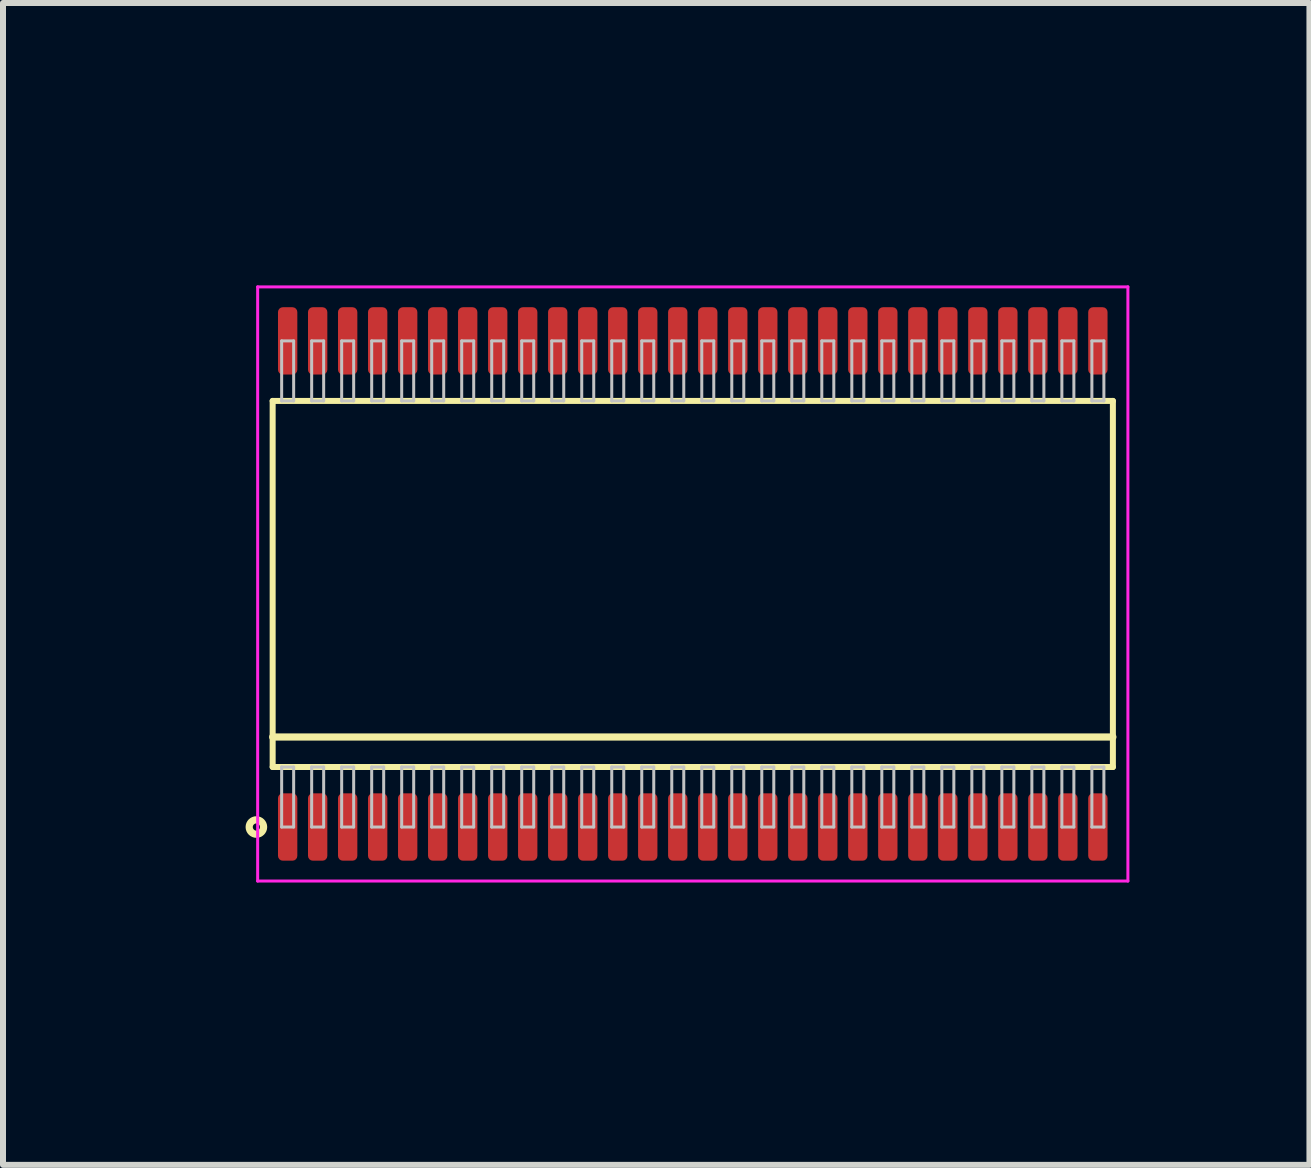
<source format=kicad_pcb>
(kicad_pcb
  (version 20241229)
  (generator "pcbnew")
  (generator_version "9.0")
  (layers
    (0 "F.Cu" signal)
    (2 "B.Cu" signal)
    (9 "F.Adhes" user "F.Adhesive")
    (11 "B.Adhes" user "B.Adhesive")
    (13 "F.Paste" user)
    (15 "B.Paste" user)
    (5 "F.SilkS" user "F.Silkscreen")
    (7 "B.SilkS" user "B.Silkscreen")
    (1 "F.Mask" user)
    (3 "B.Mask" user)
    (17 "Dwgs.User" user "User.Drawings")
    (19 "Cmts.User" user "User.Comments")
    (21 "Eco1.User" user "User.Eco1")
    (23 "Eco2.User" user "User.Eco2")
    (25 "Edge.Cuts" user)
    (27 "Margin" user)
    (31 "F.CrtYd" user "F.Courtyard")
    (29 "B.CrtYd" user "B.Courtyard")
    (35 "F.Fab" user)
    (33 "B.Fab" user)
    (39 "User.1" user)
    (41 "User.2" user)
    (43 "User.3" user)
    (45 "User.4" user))
  (footprint "SOP50P1400x810-56"
    (layer "F.Cu")
    (at 8.493 6.68)
    (property "Reference" "SOP50P1400x810-56" (at -7.85 0 90) (layer "User.1") (effects (font (size 0.8 0.8) (thickness 0.1))))
    (attr through_hole)
    (fp_line (start -7 -3.05) (end -7 3.05) (stroke (width 0.1) (type solid)) (layer "F.SilkS"))
    (fp_line (start -7 2.55) (end 7 2.55) (stroke (width 0.12) (type solid)) (layer "F.SilkS"))
    (fp_line (start -7 3.05) (end 7 3.05) (stroke (width 0.1) (type solid)) (layer "F.SilkS"))
    (fp_line (start 7 -3.05) (end -7 -3.05) (stroke (width 0.1) (type solid)) (layer "F.SilkS"))
    (fp_line (start 7 3.05) (end 7 -3.05) (stroke (width 0.1) (type solid)) (layer "F.SilkS"))
    (fp_circle (center -7.271 4.05) (end -7.151 4.05) (stroke (width 0.12) (type solid)) (fill no) (layer "F.SilkS"))
    (fp_line (start -6.85 -4.05) (end -6.85 -3.05) (stroke (width 0.05) (type solid)) (layer "Dwgs.User"))
    (fp_line (start -6.85 -3.05) (end -6.65 -3.05) (stroke (width 0.05) (type solid)) (layer "Dwgs.User"))
    (fp_line (start -6.85 3.05) (end -6.65 3.05) (stroke (width 0.05) (type solid)) (layer "Dwgs.User"))
    (fp_line (start -6.85 4.05) (end -6.85 3.05) (stroke (width 0.05) (type solid)) (layer "Dwgs.User"))
    (fp_line (start -6.65 -4.05) (end -6.85 -4.05) (stroke (width 0.05) (type solid)) (layer "Dwgs.User"))
    (fp_line (start -6.65 -3.05) (end -6.65 -4.05) (stroke (width 0.05) (type solid)) (layer "Dwgs.User"))
    (fp_line (start -6.65 3.05) (end -6.65 4.05) (stroke (width 0.05) (type solid)) (layer "Dwgs.User"))
    (fp_line (start -6.65 4.05) (end -6.85 4.05) (stroke (width 0.05) (type solid)) (layer "Dwgs.User"))
    (fp_line (start -6.35 -4.05) (end -6.35 -3.05) (stroke (width 0.05) (type solid)) (layer "Dwgs.User"))
    (fp_line (start -6.35 -3.05) (end -6.15 -3.05) (stroke (width 0.05) (type solid)) (layer "Dwgs.User"))
    (fp_line (start -6.35 3.05) (end -6.15 3.05) (stroke (width 0.05) (type solid)) (layer "Dwgs.User"))
    (fp_line (start -6.35 4.05) (end -6.35 3.05) (stroke (width 0.05) (type solid)) (layer "Dwgs.User"))
    (fp_line (start -6.15 -4.05) (end -6.35 -4.05) (stroke (width 0.05) (type solid)) (layer "Dwgs.User"))
    (fp_line (start -6.15 -3.05) (end -6.15 -4.05) (stroke (width 0.05) (type solid)) (layer "Dwgs.User"))
    (fp_line (start -6.15 3.05) (end -6.15 4.05) (stroke (width 0.05) (type solid)) (layer "Dwgs.User"))
    (fp_line (start -6.15 4.05) (end -6.35 4.05) (stroke (width 0.05) (type solid)) (layer "Dwgs.User"))
    (fp_line (start -5.85 -4.05) (end -5.85 -3.05) (stroke (width 0.05) (type solid)) (layer "Dwgs.User"))
    (fp_line (start -5.85 -3.05) (end -5.65 -3.05) (stroke (width 0.05) (type solid)) (layer "Dwgs.User"))
    (fp_line (start -5.85 3.05) (end -5.65 3.05) (stroke (width 0.05) (type solid)) (layer "Dwgs.User"))
    (fp_line (start -5.85 4.05) (end -5.85 3.05) (stroke (width 0.05) (type solid)) (layer "Dwgs.User"))
    (fp_line (start -5.65 -4.05) (end -5.85 -4.05) (stroke (width 0.05) (type solid)) (layer "Dwgs.User"))
    (fp_line (start -5.65 -3.05) (end -5.65 -4.05) (stroke (width 0.05) (type solid)) (layer "Dwgs.User"))
    (fp_line (start -5.65 3.05) (end -5.65 4.05) (stroke (width 0.05) (type solid)) (layer "Dwgs.User"))
    (fp_line (start -5.65 4.05) (end -5.85 4.05) (stroke (width 0.05) (type solid)) (layer "Dwgs.User"))
    (fp_line (start -5.35 -4.05) (end -5.35 -3.05) (stroke (width 0.05) (type solid)) (layer "Dwgs.User"))
    (fp_line (start -5.35 -3.05) (end -5.15 -3.05) (stroke (width 0.05) (type solid)) (layer "Dwgs.User"))
    (fp_line (start -5.35 3.05) (end -5.15 3.05) (stroke (width 0.05) (type solid)) (layer "Dwgs.User"))
    (fp_line (start -5.35 4.05) (end -5.35 3.05) (stroke (width 0.05) (type solid)) (layer "Dwgs.User"))
    (fp_line (start -5.15 -4.05) (end -5.35 -4.05) (stroke (width 0.05) (type solid)) (layer "Dwgs.User"))
    (fp_line (start -5.15 -3.05) (end -5.15 -4.05) (stroke (width 0.05) (type solid)) (layer "Dwgs.User"))
    (fp_line (start -5.15 3.05) (end -5.15 4.05) (stroke (width 0.05) (type solid)) (layer "Dwgs.User"))
    (fp_line (start -5.15 4.05) (end -5.35 4.05) (stroke (width 0.05) (type solid)) (layer "Dwgs.User"))
    (fp_line (start -4.85 -4.05) (end -4.85 -3.05) (stroke (width 0.05) (type solid)) (layer "Dwgs.User"))
    (fp_line (start -4.85 -3.05) (end -4.65 -3.05) (stroke (width 0.05) (type solid)) (layer "Dwgs.User"))
    (fp_line (start -4.85 3.05) (end -4.65 3.05) (stroke (width 0.05) (type solid)) (layer "Dwgs.User"))
    (fp_line (start -4.85 4.05) (end -4.85 3.05) (stroke (width 0.05) (type solid)) (layer "Dwgs.User"))
    (fp_line (start -4.65 -4.05) (end -4.85 -4.05) (stroke (width 0.05) (type solid)) (layer "Dwgs.User"))
    (fp_line (start -4.65 -3.05) (end -4.65 -4.05) (stroke (width 0.05) (type solid)) (layer "Dwgs.User"))
    (fp_line (start -4.65 3.05) (end -4.65 4.05) (stroke (width 0.05) (type solid)) (layer "Dwgs.User"))
    (fp_line (start -4.65 4.05) (end -4.85 4.05) (stroke (width 0.05) (type solid)) (layer "Dwgs.User"))
    (fp_line (start -4.35 -4.05) (end -4.35 -3.05) (stroke (width 0.05) (type solid)) (layer "Dwgs.User"))
    (fp_line (start -4.35 -3.05) (end -4.15 -3.05) (stroke (width 0.05) (type solid)) (layer "Dwgs.User"))
    (fp_line (start -4.35 3.05) (end -4.15 3.05) (stroke (width 0.05) (type solid)) (layer "Dwgs.User"))
    (fp_line (start -4.35 4.05) (end -4.35 3.05) (stroke (width 0.05) (type solid)) (layer "Dwgs.User"))
    (fp_line (start -4.15 -4.05) (end -4.35 -4.05) (stroke (width 0.05) (type solid)) (layer "Dwgs.User"))
    (fp_line (start -4.15 -3.05) (end -4.15 -4.05) (stroke (width 0.05) (type solid)) (layer "Dwgs.User"))
    (fp_line (start -4.15 3.05) (end -4.15 4.05) (stroke (width 0.05) (type solid)) (layer "Dwgs.User"))
    (fp_line (start -4.15 4.05) (end -4.35 4.05) (stroke (width 0.05) (type solid)) (layer "Dwgs.User"))
    (fp_line (start -3.85 -4.05) (end -3.85 -3.05) (stroke (width 0.05) (type solid)) (layer "Dwgs.User"))
    (fp_line (start -3.85 -3.05) (end -3.65 -3.05) (stroke (width 0.05) (type solid)) (layer "Dwgs.User"))
    (fp_line (start -3.85 3.05) (end -3.65 3.05) (stroke (width 0.05) (type solid)) (layer "Dwgs.User"))
    (fp_line (start -3.85 4.05) (end -3.85 3.05) (stroke (width 0.05) (type solid)) (layer "Dwgs.User"))
    (fp_line (start -3.65 -4.05) (end -3.85 -4.05) (stroke (width 0.05) (type solid)) (layer "Dwgs.User"))
    (fp_line (start -3.65 -3.05) (end -3.65 -4.05) (stroke (width 0.05) (type solid)) (layer "Dwgs.User"))
    (fp_line (start -3.65 3.05) (end -3.65 4.05) (stroke (width 0.05) (type solid)) (layer "Dwgs.User"))
    (fp_line (start -3.65 4.05) (end -3.85 4.05) (stroke (width 0.05) (type solid)) (layer "Dwgs.User"))
    (fp_line (start -3.35 -4.05) (end -3.35 -3.05) (stroke (width 0.05) (type solid)) (layer "Dwgs.User"))
    (fp_line (start -3.35 -3.05) (end -3.15 -3.05) (stroke (width 0.05) (type solid)) (layer "Dwgs.User"))
    (fp_line (start -3.35 3.05) (end -3.15 3.05) (stroke (width 0.05) (type solid)) (layer "Dwgs.User"))
    (fp_line (start -3.35 4.05) (end -3.35 3.05) (stroke (width 0.05) (type solid)) (layer "Dwgs.User"))
    (fp_line (start -3.15 -4.05) (end -3.35 -4.05) (stroke (width 0.05) (type solid)) (layer "Dwgs.User"))
    (fp_line (start -3.15 -3.05) (end -3.15 -4.05) (stroke (width 0.05) (type solid)) (layer "Dwgs.User"))
    (fp_line (start -3.15 3.05) (end -3.15 4.05) (stroke (width 0.05) (type solid)) (layer "Dwgs.User"))
    (fp_line (start -3.15 4.05) (end -3.35 4.05) (stroke (width 0.05) (type solid)) (layer "Dwgs.User"))
    (fp_line (start -2.85 -4.05) (end -2.85 -3.05) (stroke (width 0.05) (type solid)) (layer "Dwgs.User"))
    (fp_line (start -2.85 -3.05) (end -2.65 -3.05) (stroke (width 0.05) (type solid)) (layer "Dwgs.User"))
    (fp_line (start -2.85 3.05) (end -2.65 3.05) (stroke (width 0.05) (type solid)) (layer "Dwgs.User"))
    (fp_line (start -2.85 4.05) (end -2.85 3.05) (stroke (width 0.05) (type solid)) (layer "Dwgs.User"))
    (fp_line (start -2.65 -4.05) (end -2.85 -4.05) (stroke (width 0.05) (type solid)) (layer "Dwgs.User"))
    (fp_line (start -2.65 -3.05) (end -2.65 -4.05) (stroke (width 0.05) (type solid)) (layer "Dwgs.User"))
    (fp_line (start -2.65 3.05) (end -2.65 4.05) (stroke (width 0.05) (type solid)) (layer "Dwgs.User"))
    (fp_line (start -2.65 4.05) (end -2.85 4.05) (stroke (width 0.05) (type solid)) (layer "Dwgs.User"))
    (fp_line (start -2.35 -4.05) (end -2.35 -3.05) (stroke (width 0.05) (type solid)) (layer "Dwgs.User"))
    (fp_line (start -2.35 -3.05) (end -2.15 -3.05) (stroke (width 0.05) (type solid)) (layer "Dwgs.User"))
    (fp_line (start -2.35 3.05) (end -2.15 3.05) (stroke (width 0.05) (type solid)) (layer "Dwgs.User"))
    (fp_line (start -2.35 4.05) (end -2.35 3.05) (stroke (width 0.05) (type solid)) (layer "Dwgs.User"))
    (fp_line (start -2.15 -4.05) (end -2.35 -4.05) (stroke (width 0.05) (type solid)) (layer "Dwgs.User"))
    (fp_line (start -2.15 -3.05) (end -2.15 -4.05) (stroke (width 0.05) (type solid)) (layer "Dwgs.User"))
    (fp_line (start -2.15 3.05) (end -2.15 4.05) (stroke (width 0.05) (type solid)) (layer "Dwgs.User"))
    (fp_line (start -2.15 4.05) (end -2.35 4.05) (stroke (width 0.05) (type solid)) (layer "Dwgs.User"))
    (fp_line (start -1.85 -4.05) (end -1.85 -3.05) (stroke (width 0.05) (type solid)) (layer "Dwgs.User"))
    (fp_line (start -1.85 -3.05) (end -1.65 -3.05) (stroke (width 0.05) (type solid)) (layer "Dwgs.User"))
    (fp_line (start -1.85 3.05) (end -1.65 3.05) (stroke (width 0.05) (type solid)) (layer "Dwgs.User"))
    (fp_line (start -1.85 4.05) (end -1.85 3.05) (stroke (width 0.05) (type solid)) (layer "Dwgs.User"))
    (fp_line (start -1.65 -4.05) (end -1.85 -4.05) (stroke (width 0.05) (type solid)) (layer "Dwgs.User"))
    (fp_line (start -1.65 -3.05) (end -1.65 -4.05) (stroke (width 0.05) (type solid)) (layer "Dwgs.User"))
    (fp_line (start -1.65 3.05) (end -1.65 4.05) (stroke (width 0.05) (type solid)) (layer "Dwgs.User"))
    (fp_line (start -1.65 4.05) (end -1.85 4.05) (stroke (width 0.05) (type solid)) (layer "Dwgs.User"))
    (fp_line (start -1.35 -4.05) (end -1.35 -3.05) (stroke (width 0.05) (type solid)) (layer "Dwgs.User"))
    (fp_line (start -1.35 -3.05) (end -1.15 -3.05) (stroke (width 0.05) (type solid)) (layer "Dwgs.User"))
    (fp_line (start -1.35 3.05) (end -1.15 3.05) (stroke (width 0.05) (type solid)) (layer "Dwgs.User"))
    (fp_line (start -1.35 4.05) (end -1.35 3.05) (stroke (width 0.05) (type solid)) (layer "Dwgs.User"))
    (fp_line (start -1.15 -4.05) (end -1.35 -4.05) (stroke (width 0.05) (type solid)) (layer "Dwgs.User"))
    (fp_line (start -1.15 -3.05) (end -1.15 -4.05) (stroke (width 0.05) (type solid)) (layer "Dwgs.User"))
    (fp_line (start -1.15 3.05) (end -1.15 4.05) (stroke (width 0.05) (type solid)) (layer "Dwgs.User"))
    (fp_line (start -1.15 4.05) (end -1.35 4.05) (stroke (width 0.05) (type solid)) (layer "Dwgs.User"))
    (fp_line (start -0.85 -4.05) (end -0.85 -3.05) (stroke (width 0.05) (type solid)) (layer "Dwgs.User"))
    (fp_line (start -0.85 -3.05) (end -0.65 -3.05) (stroke (width 0.05) (type solid)) (layer "Dwgs.User"))
    (fp_line (start -0.85 3.05) (end -0.65 3.05) (stroke (width 0.05) (type solid)) (layer "Dwgs.User"))
    (fp_line (start -0.85 4.05) (end -0.85 3.05) (stroke (width 0.05) (type solid)) (layer "Dwgs.User"))
    (fp_line (start -0.65 -4.05) (end -0.85 -4.05) (stroke (width 0.05) (type solid)) (layer "Dwgs.User"))
    (fp_line (start -0.65 -3.05) (end -0.65 -4.05) (stroke (width 0.05) (type solid)) (layer "Dwgs.User"))
    (fp_line (start -0.65 3.05) (end -0.65 4.05) (stroke (width 0.05) (type solid)) (layer "Dwgs.User"))
    (fp_line (start -0.65 4.05) (end -0.85 4.05) (stroke (width 0.05) (type solid)) (layer "Dwgs.User"))
    (fp_line (start -0.35 -4.05) (end -0.35 -3.05) (stroke (width 0.05) (type solid)) (layer "Dwgs.User"))
    (fp_line (start -0.35 -3.05) (end -0.15 -3.05) (stroke (width 0.05) (type solid)) (layer "Dwgs.User"))
    (fp_line (start -0.35 3.05) (end -0.15 3.05) (stroke (width 0.05) (type solid)) (layer "Dwgs.User"))
    (fp_line (start -0.35 4.05) (end -0.35 3.05) (stroke (width 0.05) (type solid)) (layer "Dwgs.User"))
    (fp_line (start -0.15 -4.05) (end -0.35 -4.05) (stroke (width 0.05) (type solid)) (layer "Dwgs.User"))
    (fp_line (start -0.15 -3.05) (end -0.15 -4.05) (stroke (width 0.05) (type solid)) (layer "Dwgs.User"))
    (fp_line (start -0.15 3.05) (end -0.15 4.05) (stroke (width 0.05) (type solid)) (layer "Dwgs.User"))
    (fp_line (start -0.15 4.05) (end -0.35 4.05) (stroke (width 0.05) (type solid)) (layer "Dwgs.User"))
    (fp_line (start 0.15 -4.05) (end 0.15 -3.05) (stroke (width 0.05) (type solid)) (layer "Dwgs.User"))
    (fp_line (start 0.15 -3.05) (end 0.35 -3.05) (stroke (width 0.05) (type solid)) (layer "Dwgs.User"))
    (fp_line (start 0.15 3.05) (end 0.35 3.05) (stroke (width 0.05) (type solid)) (layer "Dwgs.User"))
    (fp_line (start 0.15 4.05) (end 0.15 3.05) (stroke (width 0.05) (type solid)) (layer "Dwgs.User"))
    (fp_line (start 0.35 -4.05) (end 0.15 -4.05) (stroke (width 0.05) (type solid)) (layer "Dwgs.User"))
    (fp_line (start 0.35 -3.05) (end 0.35 -4.05) (stroke (width 0.05) (type solid)) (layer "Dwgs.User"))
    (fp_line (start 0.35 3.05) (end 0.35 4.05) (stroke (width 0.05) (type solid)) (layer "Dwgs.User"))
    (fp_line (start 0.35 4.05) (end 0.15 4.05) (stroke (width 0.05) (type solid)) (layer "Dwgs.User"))
    (fp_line (start 0.65 -4.05) (end 0.65 -3.05) (stroke (width 0.05) (type solid)) (layer "Dwgs.User"))
    (fp_line (start 0.65 -3.05) (end 0.85 -3.05) (stroke (width 0.05) (type solid)) (layer "Dwgs.User"))
    (fp_line (start 0.65 3.05) (end 0.85 3.05) (stroke (width 0.05) (type solid)) (layer "Dwgs.User"))
    (fp_line (start 0.65 4.05) (end 0.65 3.05) (stroke (width 0.05) (type solid)) (layer "Dwgs.User"))
    (fp_line (start 0.85 -4.05) (end 0.65 -4.05) (stroke (width 0.05) (type solid)) (layer "Dwgs.User"))
    (fp_line (start 0.85 -3.05) (end 0.85 -4.05) (stroke (width 0.05) (type solid)) (layer "Dwgs.User"))
    (fp_line (start 0.85 3.05) (end 0.85 4.05) (stroke (width 0.05) (type solid)) (layer "Dwgs.User"))
    (fp_line (start 0.85 4.05) (end 0.65 4.05) (stroke (width 0.05) (type solid)) (layer "Dwgs.User"))
    (fp_line (start 1.15 -4.05) (end 1.15 -3.05) (stroke (width 0.05) (type solid)) (layer "Dwgs.User"))
    (fp_line (start 1.15 -3.05) (end 1.35 -3.05) (stroke (width 0.05) (type solid)) (layer "Dwgs.User"))
    (fp_line (start 1.15 3.05) (end 1.35 3.05) (stroke (width 0.05) (type solid)) (layer "Dwgs.User"))
    (fp_line (start 1.15 4.05) (end 1.15 3.05) (stroke (width 0.05) (type solid)) (layer "Dwgs.User"))
    (fp_line (start 1.35 -4.05) (end 1.15 -4.05) (stroke (width 0.05) (type solid)) (layer "Dwgs.User"))
    (fp_line (start 1.35 -3.05) (end 1.35 -4.05) (stroke (width 0.05) (type solid)) (layer "Dwgs.User"))
    (fp_line (start 1.35 3.05) (end 1.35 4.05) (stroke (width 0.05) (type solid)) (layer "Dwgs.User"))
    (fp_line (start 1.35 4.05) (end 1.15 4.05) (stroke (width 0.05) (type solid)) (layer "Dwgs.User"))
    (fp_line (start 1.65 -4.05) (end 1.65 -3.05) (stroke (width 0.05) (type solid)) (layer "Dwgs.User"))
    (fp_line (start 1.65 -3.05) (end 1.85 -3.05) (stroke (width 0.05) (type solid)) (layer "Dwgs.User"))
    (fp_line (start 1.65 3.05) (end 1.85 3.05) (stroke (width 0.05) (type solid)) (layer "Dwgs.User"))
    (fp_line (start 1.65 4.05) (end 1.65 3.05) (stroke (width 0.05) (type solid)) (layer "Dwgs.User"))
    (fp_line (start 1.85 -4.05) (end 1.65 -4.05) (stroke (width 0.05) (type solid)) (layer "Dwgs.User"))
    (fp_line (start 1.85 -3.05) (end 1.85 -4.05) (stroke (width 0.05) (type solid)) (layer "Dwgs.User"))
    (fp_line (start 1.85 3.05) (end 1.85 4.05) (stroke (width 0.05) (type solid)) (layer "Dwgs.User"))
    (fp_line (start 1.85 4.05) (end 1.65 4.05) (stroke (width 0.05) (type solid)) (layer "Dwgs.User"))
    (fp_line (start 2.15 -4.05) (end 2.15 -3.05) (stroke (width 0.05) (type solid)) (layer "Dwgs.User"))
    (fp_line (start 2.15 -3.05) (end 2.35 -3.05) (stroke (width 0.05) (type solid)) (layer "Dwgs.User"))
    (fp_line (start 2.15 3.05) (end 2.35 3.05) (stroke (width 0.05) (type solid)) (layer "Dwgs.User"))
    (fp_line (start 2.15 4.05) (end 2.15 3.05) (stroke (width 0.05) (type solid)) (layer "Dwgs.User"))
    (fp_line (start 2.35 -4.05) (end 2.15 -4.05) (stroke (width 0.05) (type solid)) (layer "Dwgs.User"))
    (fp_line (start 2.35 -3.05) (end 2.35 -4.05) (stroke (width 0.05) (type solid)) (layer "Dwgs.User"))
    (fp_line (start 2.35 3.05) (end 2.35 4.05) (stroke (width 0.05) (type solid)) (layer "Dwgs.User"))
    (fp_line (start 2.35 4.05) (end 2.15 4.05) (stroke (width 0.05) (type solid)) (layer "Dwgs.User"))
    (fp_line (start 2.65 -4.05) (end 2.65 -3.05) (stroke (width 0.05) (type solid)) (layer "Dwgs.User"))
    (fp_line (start 2.65 -3.05) (end 2.85 -3.05) (stroke (width 0.05) (type solid)) (layer "Dwgs.User"))
    (fp_line (start 2.65 3.05) (end 2.85 3.05) (stroke (width 0.05) (type solid)) (layer "Dwgs.User"))
    (fp_line (start 2.65 4.05) (end 2.65 3.05) (stroke (width 0.05) (type solid)) (layer "Dwgs.User"))
    (fp_line (start 2.85 -4.05) (end 2.65 -4.05) (stroke (width 0.05) (type solid)) (layer "Dwgs.User"))
    (fp_line (start 2.85 -3.05) (end 2.85 -4.05) (stroke (width 0.05) (type solid)) (layer "Dwgs.User"))
    (fp_line (start 2.85 3.05) (end 2.85 4.05) (stroke (width 0.05) (type solid)) (layer "Dwgs.User"))
    (fp_line (start 2.85 4.05) (end 2.65 4.05) (stroke (width 0.05) (type solid)) (layer "Dwgs.User"))
    (fp_line (start 3.15 -4.05) (end 3.15 -3.05) (stroke (width 0.05) (type solid)) (layer "Dwgs.User"))
    (fp_line (start 3.15 -3.05) (end 3.35 -3.05) (stroke (width 0.05) (type solid)) (layer "Dwgs.User"))
    (fp_line (start 3.15 3.05) (end 3.35 3.05) (stroke (width 0.05) (type solid)) (layer "Dwgs.User"))
    (fp_line (start 3.15 4.05) (end 3.15 3.05) (stroke (width 0.05) (type solid)) (layer "Dwgs.User"))
    (fp_line (start 3.35 -4.05) (end 3.15 -4.05) (stroke (width 0.05) (type solid)) (layer "Dwgs.User"))
    (fp_line (start 3.35 -3.05) (end 3.35 -4.05) (stroke (width 0.05) (type solid)) (layer "Dwgs.User"))
    (fp_line (start 3.35 3.05) (end 3.35 4.05) (stroke (width 0.05) (type solid)) (layer "Dwgs.User"))
    (fp_line (start 3.35 4.05) (end 3.15 4.05) (stroke (width 0.05) (type solid)) (layer "Dwgs.User"))
    (fp_line (start 3.65 -4.05) (end 3.65 -3.05) (stroke (width 0.05) (type solid)) (layer "Dwgs.User"))
    (fp_line (start 3.65 -3.05) (end 3.85 -3.05) (stroke (width 0.05) (type solid)) (layer "Dwgs.User"))
    (fp_line (start 3.65 3.05) (end 3.85 3.05) (stroke (width 0.05) (type solid)) (layer "Dwgs.User"))
    (fp_line (start 3.65 4.05) (end 3.65 3.05) (stroke (width 0.05) (type solid)) (layer "Dwgs.User"))
    (fp_line (start 3.85 -4.05) (end 3.65 -4.05) (stroke (width 0.05) (type solid)) (layer "Dwgs.User"))
    (fp_line (start 3.85 -3.05) (end 3.85 -4.05) (stroke (width 0.05) (type solid)) (layer "Dwgs.User"))
    (fp_line (start 3.85 3.05) (end 3.85 4.05) (stroke (width 0.05) (type solid)) (layer "Dwgs.User"))
    (fp_line (start 3.85 4.05) (end 3.65 4.05) (stroke (width 0.05) (type solid)) (layer "Dwgs.User"))
    (fp_line (start 4.15 -4.05) (end 4.15 -3.05) (stroke (width 0.05) (type solid)) (layer "Dwgs.User"))
    (fp_line (start 4.15 -3.05) (end 4.35 -3.05) (stroke (width 0.05) (type solid)) (layer "Dwgs.User"))
    (fp_line (start 4.15 3.05) (end 4.35 3.05) (stroke (width 0.05) (type solid)) (layer "Dwgs.User"))
    (fp_line (start 4.15 4.05) (end 4.15 3.05) (stroke (width 0.05) (type solid)) (layer "Dwgs.User"))
    (fp_line (start 4.35 -4.05) (end 4.15 -4.05) (stroke (width 0.05) (type solid)) (layer "Dwgs.User"))
    (fp_line (start 4.35 -3.05) (end 4.35 -4.05) (stroke (width 0.05) (type solid)) (layer "Dwgs.User"))
    (fp_line (start 4.35 3.05) (end 4.35 4.05) (stroke (width 0.05) (type solid)) (layer "Dwgs.User"))
    (fp_line (start 4.35 4.05) (end 4.15 4.05) (stroke (width 0.05) (type solid)) (layer "Dwgs.User"))
    (fp_line (start 4.65 -4.05) (end 4.65 -3.05) (stroke (width 0.05) (type solid)) (layer "Dwgs.User"))
    (fp_line (start 4.65 -3.05) (end 4.85 -3.05) (stroke (width 0.05) (type solid)) (layer "Dwgs.User"))
    (fp_line (start 4.65 3.05) (end 4.85 3.05) (stroke (width 0.05) (type solid)) (layer "Dwgs.User"))
    (fp_line (start 4.65 4.05) (end 4.65 3.05) (stroke (width 0.05) (type solid)) (layer "Dwgs.User"))
    (fp_line (start 4.85 -4.05) (end 4.65 -4.05) (stroke (width 0.05) (type solid)) (layer "Dwgs.User"))
    (fp_line (start 4.85 -3.05) (end 4.85 -4.05) (stroke (width 0.05) (type solid)) (layer "Dwgs.User"))
    (fp_line (start 4.85 3.05) (end 4.85 4.05) (stroke (width 0.05) (type solid)) (layer "Dwgs.User"))
    (fp_line (start 4.85 4.05) (end 4.65 4.05) (stroke (width 0.05) (type solid)) (layer "Dwgs.User"))
    (fp_line (start 5.15 -4.05) (end 5.15 -3.05) (stroke (width 0.05) (type solid)) (layer "Dwgs.User"))
    (fp_line (start 5.15 -3.05) (end 5.35 -3.05) (stroke (width 0.05) (type solid)) (layer "Dwgs.User"))
    (fp_line (start 5.15 3.05) (end 5.35 3.05) (stroke (width 0.05) (type solid)) (layer "Dwgs.User"))
    (fp_line (start 5.15 4.05) (end 5.15 3.05) (stroke (width 0.05) (type solid)) (layer "Dwgs.User"))
    (fp_line (start 5.35 -4.05) (end 5.15 -4.05) (stroke (width 0.05) (type solid)) (layer "Dwgs.User"))
    (fp_line (start 5.35 -3.05) (end 5.35 -4.05) (stroke (width 0.05) (type solid)) (layer "Dwgs.User"))
    (fp_line (start 5.35 3.05) (end 5.35 4.05) (stroke (width 0.05) (type solid)) (layer "Dwgs.User"))
    (fp_line (start 5.35 4.05) (end 5.15 4.05) (stroke (width 0.05) (type solid)) (layer "Dwgs.User"))
    (fp_line (start 5.65 -4.05) (end 5.65 -3.05) (stroke (width 0.05) (type solid)) (layer "Dwgs.User"))
    (fp_line (start 5.65 -3.05) (end 5.85 -3.05) (stroke (width 0.05) (type solid)) (layer "Dwgs.User"))
    (fp_line (start 5.65 3.05) (end 5.85 3.05) (stroke (width 0.05) (type solid)) (layer "Dwgs.User"))
    (fp_line (start 5.65 4.05) (end 5.65 3.05) (stroke (width 0.05) (type solid)) (layer "Dwgs.User"))
    (fp_line (start 5.85 -4.05) (end 5.65 -4.05) (stroke (width 0.05) (type solid)) (layer "Dwgs.User"))
    (fp_line (start 5.85 -3.05) (end 5.85 -4.05) (stroke (width 0.05) (type solid)) (layer "Dwgs.User"))
    (fp_line (start 5.85 3.05) (end 5.85 4.05) (stroke (width 0.05) (type solid)) (layer "Dwgs.User"))
    (fp_line (start 5.85 4.05) (end 5.65 4.05) (stroke (width 0.05) (type solid)) (layer "Dwgs.User"))
    (fp_line (start 6.15 -4.05) (end 6.15 -3.05) (stroke (width 0.05) (type solid)) (layer "Dwgs.User"))
    (fp_line (start 6.15 -3.05) (end 6.35 -3.05) (stroke (width 0.05) (type solid)) (layer "Dwgs.User"))
    (fp_line (start 6.15 3.05) (end 6.35 3.05) (stroke (width 0.05) (type solid)) (layer "Dwgs.User"))
    (fp_line (start 6.15 4.05) (end 6.15 3.05) (stroke (width 0.05) (type solid)) (layer "Dwgs.User"))
    (fp_line (start 6.35 -4.05) (end 6.15 -4.05) (stroke (width 0.05) (type solid)) (layer "Dwgs.User"))
    (fp_line (start 6.35 -3.05) (end 6.35 -4.05) (stroke (width 0.05) (type solid)) (layer "Dwgs.User"))
    (fp_line (start 6.35 3.05) (end 6.35 4.05) (stroke (width 0.05) (type solid)) (layer "Dwgs.User"))
    (fp_line (start 6.35 4.05) (end 6.15 4.05) (stroke (width 0.05) (type solid)) (layer "Dwgs.User"))
    (fp_line (start 6.65 -4.05) (end 6.65 -3.05) (stroke (width 0.05) (type solid)) (layer "Dwgs.User"))
    (fp_line (start 6.65 -3.05) (end 6.85 -3.05) (stroke (width 0.05) (type solid)) (layer "Dwgs.User"))
    (fp_line (start 6.65 3.05) (end 6.85 3.05) (stroke (width 0.05) (type solid)) (layer "Dwgs.User"))
    (fp_line (start 6.65 4.05) (end 6.65 3.05) (stroke (width 0.05) (type solid)) (layer "Dwgs.User"))
    (fp_line (start 6.85 -4.05) (end 6.65 -4.05) (stroke (width 0.05) (type solid)) (layer "Dwgs.User"))
    (fp_line (start 6.85 -3.05) (end 6.85 -4.05) (stroke (width 0.05) (type solid)) (layer "Dwgs.User"))
    (fp_line (start 6.85 3.05) (end 6.85 4.05) (stroke (width 0.05) (type solid)) (layer "Dwgs.User"))
    (fp_line (start 6.85 4.05) (end 6.65 4.05) (stroke (width 0.05) (type solid)) (layer "Dwgs.User"))
    (fp_line (start -7.25 -4.95) (end -7.25 4.95) (stroke (width 0.05) (type solid)) (layer "F.CrtYd"))
    (fp_line (start -7.25 4.95) (end 7.25 4.95) (stroke (width 0.05) (type solid)) (layer "F.CrtYd"))
    (fp_line (start 7.25 -4.95) (end -7.25 -4.95) (stroke (width 0.05) (type solid)) (layer "F.CrtYd"))
    (fp_line (start 7.25 4.95) (end 7.25 -4.95) (stroke (width 0.05) (type solid)) (layer "F.CrtYd"))
    (pad "1" smd roundrect (at -6.75 4.05) (size 0.322 1.122) (layers "F.Cu" "F.Mask" "F.Paste") (roundrect_rratio 0.25))
    (pad "2" smd roundrect (at -6.25 4.05) (size 0.322 1.122) (layers "F.Cu" "F.Mask" "F.Paste") (roundrect_rratio 0.25))
    (pad "3" smd roundrect (at -5.75 4.05) (size 0.322 1.122) (layers "F.Cu" "F.Mask" "F.Paste") (roundrect_rratio 0.25))
    (pad "4" smd roundrect (at -5.25 4.05) (size 0.322 1.122) (layers "F.Cu" "F.Mask" "F.Paste") (roundrect_rratio 0.25))
    (pad "5" smd roundrect (at -4.75 4.05) (size 0.322 1.122) (layers "F.Cu" "F.Mask" "F.Paste") (roundrect_rratio 0.25))
    (pad "6" smd roundrect (at -4.25 4.05) (size 0.322 1.122) (layers "F.Cu" "F.Mask" "F.Paste") (roundrect_rratio 0.25))
    (pad "7" smd roundrect (at -3.75 4.05) (size 0.322 1.122) (layers "F.Cu" "F.Mask" "F.Paste") (roundrect_rratio 0.25))
    (pad "8" smd roundrect (at -3.25 4.05) (size 0.322 1.122) (layers "F.Cu" "F.Mask" "F.Paste") (roundrect_rratio 0.25))
    (pad "9" smd roundrect (at -2.75 4.05) (size 0.322 1.122) (layers "F.Cu" "F.Mask" "F.Paste") (roundrect_rratio 0.25))
    (pad "10" smd roundrect (at -2.25 4.05) (size 0.322 1.122) (layers "F.Cu" "F.Mask" "F.Paste") (roundrect_rratio 0.25))
    (pad "11" smd roundrect (at -1.75 4.05) (size 0.322 1.122) (layers "F.Cu" "F.Mask" "F.Paste") (roundrect_rratio 0.25))
    (pad "12" smd roundrect (at -1.25 4.05) (size 0.322 1.122) (layers "F.Cu" "F.Mask" "F.Paste") (roundrect_rratio 0.25))
    (pad "13" smd roundrect (at -0.75 4.05) (size 0.322 1.122) (layers "F.Cu" "F.Mask" "F.Paste") (roundrect_rratio 0.25))
    (pad "14" smd roundrect (at -0.25 4.05) (size 0.322 1.122) (layers "F.Cu" "F.Mask" "F.Paste") (roundrect_rratio 0.25))
    (pad "15" smd roundrect (at 0.25 4.05) (size 0.322 1.122) (layers "F.Cu" "F.Mask" "F.Paste") (roundrect_rratio 0.25))
    (pad "16" smd roundrect (at 0.75 4.05) (size 0.322 1.122) (layers "F.Cu" "F.Mask" "F.Paste") (roundrect_rratio 0.25))
    (pad "17" smd roundrect (at 1.25 4.05) (size 0.322 1.122) (layers "F.Cu" "F.Mask" "F.Paste") (roundrect_rratio 0.25))
    (pad "18" smd roundrect (at 1.75 4.05) (size 0.322 1.122) (layers "F.Cu" "F.Mask" "F.Paste") (roundrect_rratio 0.25))
    (pad "19" smd roundrect (at 2.25 4.05) (size 0.322 1.122) (layers "F.Cu" "F.Mask" "F.Paste") (roundrect_rratio 0.25))
    (pad "20" smd roundrect (at 2.75 4.05) (size 0.322 1.122) (layers "F.Cu" "F.Mask" "F.Paste") (roundrect_rratio 0.25))
    (pad "21" smd roundrect (at 3.25 4.05) (size 0.322 1.122) (layers "F.Cu" "F.Mask" "F.Paste") (roundrect_rratio 0.25))
    (pad "22" smd roundrect (at 3.75 4.05) (size 0.322 1.122) (layers "F.Cu" "F.Mask" "F.Paste") (roundrect_rratio 0.25))
    (pad "23" smd roundrect (at 4.25 4.05) (size 0.322 1.122) (layers "F.Cu" "F.Mask" "F.Paste") (roundrect_rratio 0.25))
    (pad "24" smd roundrect (at 4.75 4.05) (size 0.322 1.122) (layers "F.Cu" "F.Mask" "F.Paste") (roundrect_rratio 0.25))
    (pad "25" smd roundrect (at 5.25 4.05) (size 0.322 1.122) (layers "F.Cu" "F.Mask" "F.Paste") (roundrect_rratio 0.25))
    (pad "26" smd roundrect (at 5.75 4.05) (size 0.322 1.122) (layers "F.Cu" "F.Mask" "F.Paste") (roundrect_rratio 0.25))
    (pad "27" smd roundrect (at 6.25 4.05) (size 0.322 1.122) (layers "F.Cu" "F.Mask" "F.Paste") (roundrect_rratio 0.25))
    (pad "28" smd roundrect (at 6.75 4.05) (size 0.322 1.122) (layers "F.Cu" "F.Mask" "F.Paste") (roundrect_rratio 0.25))
    (pad "29" smd roundrect (at 6.75 -4.05) (size 0.322 1.122) (layers "F.Cu" "F.Mask" "F.Paste") (roundrect_rratio 0.25))
    (pad "30" smd roundrect (at 6.25 -4.05) (size 0.322 1.122) (layers "F.Cu" "F.Mask" "F.Paste") (roundrect_rratio 0.25))
    (pad "31" smd roundrect (at 5.75 -4.05) (size 0.322 1.122) (layers "F.Cu" "F.Mask" "F.Paste") (roundrect_rratio 0.25))
    (pad "32" smd roundrect (at 5.25 -4.05) (size 0.322 1.122) (layers "F.Cu" "F.Mask" "F.Paste") (roundrect_rratio 0.25))
    (pad "33" smd roundrect (at 4.75 -4.05) (size 0.322 1.122) (layers "F.Cu" "F.Mask" "F.Paste") (roundrect_rratio 0.25))
    (pad "34" smd roundrect (at 4.25 -4.05) (size 0.322 1.122) (layers "F.Cu" "F.Mask" "F.Paste") (roundrect_rratio 0.25))
    (pad "35" smd roundrect (at 3.75 -4.05) (size 0.322 1.122) (layers "F.Cu" "F.Mask" "F.Paste") (roundrect_rratio 0.25))
    (pad "36" smd roundrect (at 3.25 -4.05) (size 0.322 1.122) (layers "F.Cu" "F.Mask" "F.Paste") (roundrect_rratio 0.25))
    (pad "37" smd roundrect (at 2.75 -4.05) (size 0.322 1.122) (layers "F.Cu" "F.Mask" "F.Paste") (roundrect_rratio 0.25))
    (pad "38" smd roundrect (at 2.25 -4.05) (size 0.322 1.122) (layers "F.Cu" "F.Mask" "F.Paste") (roundrect_rratio 0.25))
    (pad "39" smd roundrect (at 1.75 -4.05) (size 0.322 1.122) (layers "F.Cu" "F.Mask" "F.Paste") (roundrect_rratio 0.25))
    (pad "40" smd roundrect (at 1.25 -4.05) (size 0.322 1.122) (layers "F.Cu" "F.Mask" "F.Paste") (roundrect_rratio 0.25))
    (pad "41" smd roundrect (at 0.75 -4.05) (size 0.322 1.122) (layers "F.Cu" "F.Mask" "F.Paste") (roundrect_rratio 0.25))
    (pad "42" smd roundrect (at 0.25 -4.05) (size 0.322 1.122) (layers "F.Cu" "F.Mask" "F.Paste") (roundrect_rratio 0.25))
    (pad "43" smd roundrect (at -0.25 -4.05) (size 0.322 1.122) (layers "F.Cu" "F.Mask" "F.Paste") (roundrect_rratio 0.25))
    (pad "44" smd roundrect (at -0.75 -4.05) (size 0.322 1.122) (layers "F.Cu" "F.Mask" "F.Paste") (roundrect_rratio 0.25))
    (pad "45" smd roundrect (at -1.25 -4.05) (size 0.322 1.122) (layers "F.Cu" "F.Mask" "F.Paste") (roundrect_rratio 0.25))
    (pad "46" smd roundrect (at -1.75 -4.05) (size 0.322 1.122) (layers "F.Cu" "F.Mask" "F.Paste") (roundrect_rratio 0.25))
    (pad "47" smd roundrect (at -2.25 -4.05) (size 0.322 1.122) (layers "F.Cu" "F.Mask" "F.Paste") (roundrect_rratio 0.25))
    (pad "48" smd roundrect (at -2.75 -4.05) (size 0.322 1.122) (layers "F.Cu" "F.Mask" "F.Paste") (roundrect_rratio 0.25))
    (pad "49" smd roundrect (at -3.25 -4.05) (size 0.322 1.122) (layers "F.Cu" "F.Mask" "F.Paste") (roundrect_rratio 0.25))
    (pad "50" smd roundrect (at -3.75 -4.05) (size 0.322 1.122) (layers "F.Cu" "F.Mask" "F.Paste") (roundrect_rratio 0.25))
    (pad "51" smd roundrect (at -4.25 -4.05) (size 0.322 1.122) (layers "F.Cu" "F.Mask" "F.Paste") (roundrect_rratio 0.25))
    (pad "52" smd roundrect (at -4.75 -4.05) (size 0.322 1.122) (layers "F.Cu" "F.Mask" "F.Paste") (roundrect_rratio 0.25))
    (pad "53" smd roundrect (at -5.25 -4.05) (size 0.322 1.122) (layers "F.Cu" "F.Mask" "F.Paste") (roundrect_rratio 0.25))
    (pad "54" smd roundrect (at -5.75 -4.05) (size 0.322 1.122) (layers "F.Cu" "F.Mask" "F.Paste") (roundrect_rratio 0.25))
    (pad "55" smd roundrect (at -6.25 -4.05) (size 0.322 1.122) (layers "F.Cu" "F.Mask" "F.Paste") (roundrect_rratio 0.25))
    (pad "56" smd roundrect (at -6.75 -4.05) (size 0.322 1.122) (layers "F.Cu" "F.Mask" "F.Paste") (roundrect_rratio 0.25)))
  (gr_rect
    (start -3 -3)
    (end 18.768 16.359)
    (stroke (width 0.1) (type default))
    (fill no)
    (layer "Edge.Cuts")))
</source>
